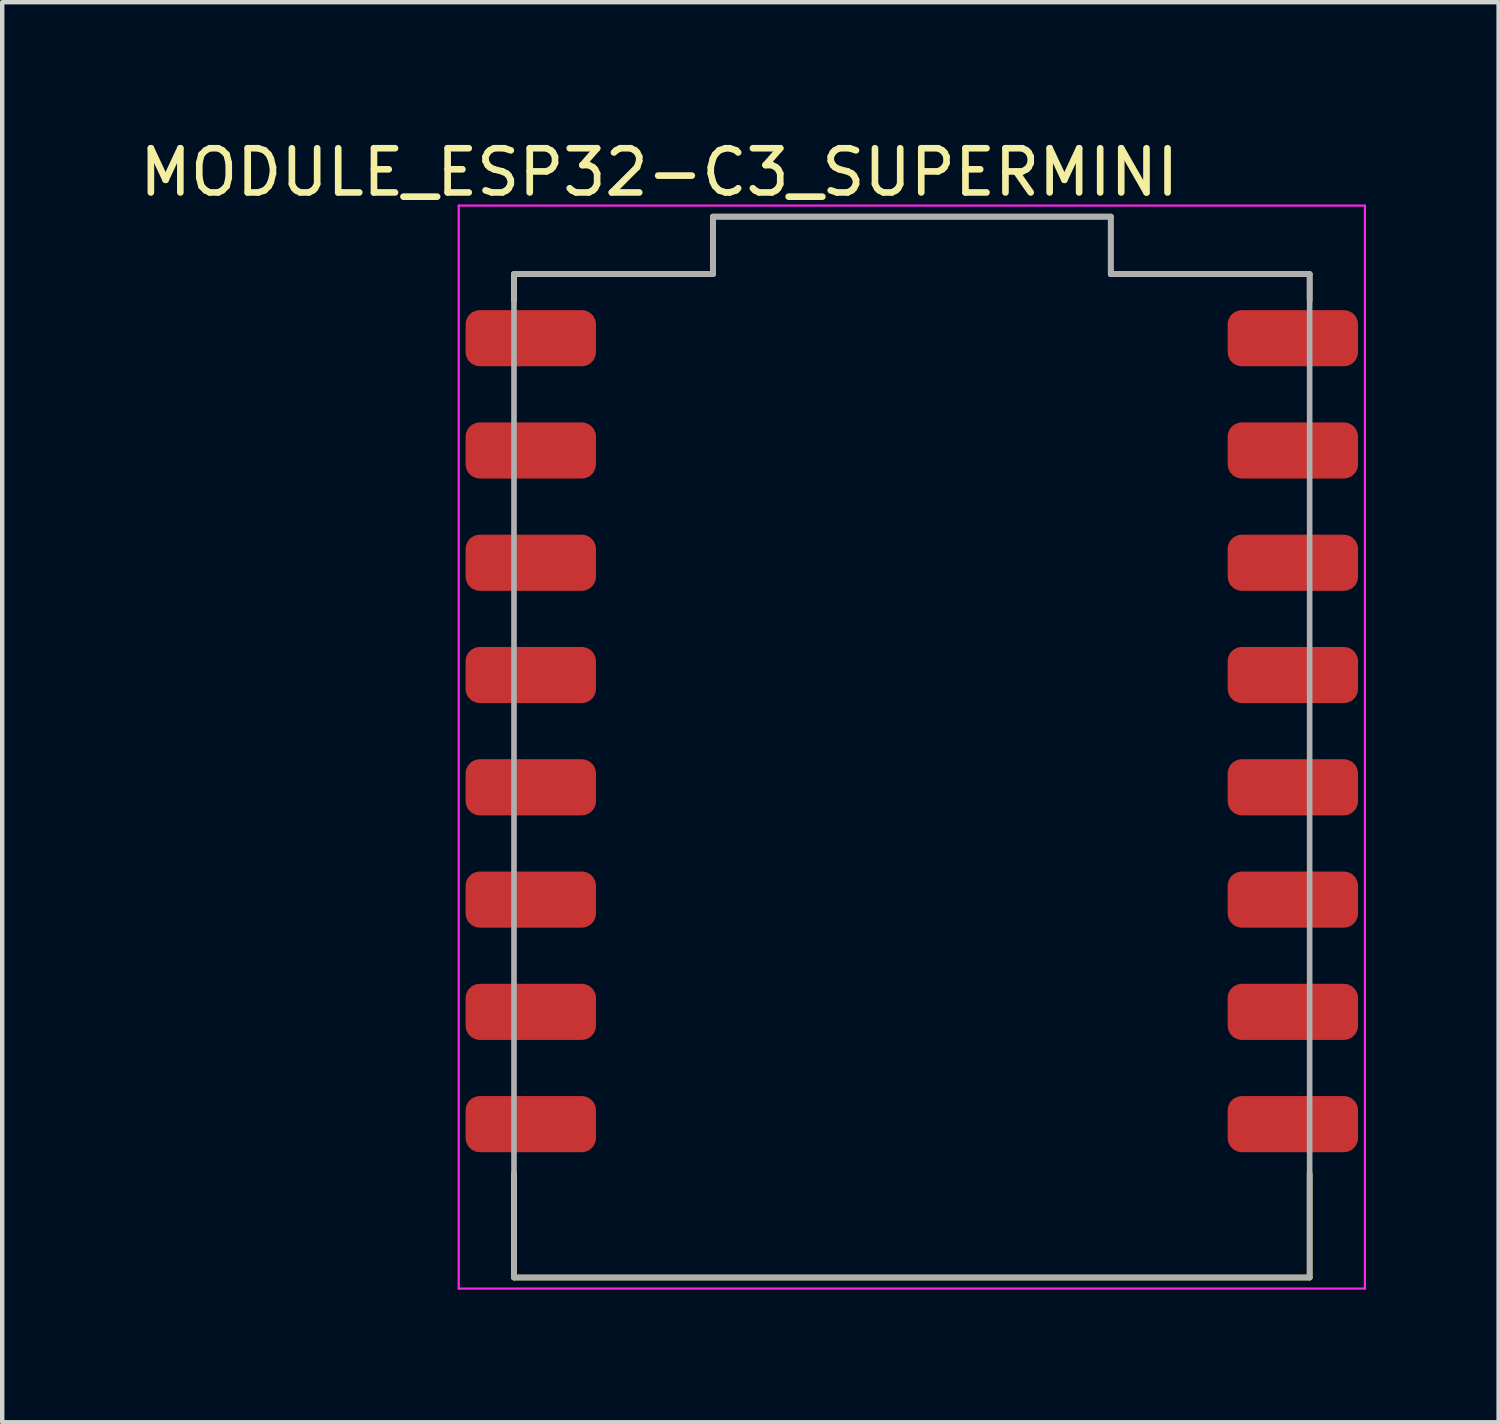
<source format=kicad_pcb>
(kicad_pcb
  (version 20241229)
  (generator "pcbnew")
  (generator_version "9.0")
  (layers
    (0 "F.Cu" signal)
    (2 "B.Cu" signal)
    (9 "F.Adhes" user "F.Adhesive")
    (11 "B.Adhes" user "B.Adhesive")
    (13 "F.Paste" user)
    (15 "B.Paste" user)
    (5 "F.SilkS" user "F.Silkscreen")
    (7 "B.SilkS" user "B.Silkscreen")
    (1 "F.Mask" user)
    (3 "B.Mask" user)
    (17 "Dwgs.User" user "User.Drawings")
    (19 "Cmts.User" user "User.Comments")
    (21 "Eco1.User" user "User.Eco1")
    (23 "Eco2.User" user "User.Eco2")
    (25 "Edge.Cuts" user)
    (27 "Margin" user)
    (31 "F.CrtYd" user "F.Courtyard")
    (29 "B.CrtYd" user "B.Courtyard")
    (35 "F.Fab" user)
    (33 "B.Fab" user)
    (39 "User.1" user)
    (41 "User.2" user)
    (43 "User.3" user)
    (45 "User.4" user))
  (footprint "MODULE_ESP32-C3_SUPERMINI"
    (layer "F.Cu")
    (at 17.578 14.501)
    (property "Reference" "MODULE_ESP32-C3_SUPERMINI" (at -5.715 -13.652 0) (layer "F.SilkS") (effects (font (size 1 1) (thickness 0.15))))
    (attr through_hole)
    (fp_line (start -9 -10.75) (end -9 -11.35) (stroke (width 0.127) (type solid)) (layer "F.SilkS"))
    (fp_line (start -9 11.35) (end -9 9) (stroke (width 0.127) (type solid)) (layer "F.SilkS"))
    (fp_line (start -4.5 -12.65) (end -4.5 -11.35) (stroke (width 0.127) (type solid)) (layer "F.SilkS"))
    (fp_line (start -4.5 -11.35) (end -9 -11.35) (stroke (width 0.127) (type solid)) (layer "F.SilkS"))
    (fp_line (start 4.5 -12.65) (end -4.5 -12.65) (stroke (width 0.127) (type solid)) (layer "F.SilkS"))
    (fp_line (start 4.5 -12.65) (end 4.5 -11.35) (stroke (width 0.127) (type solid)) (layer "F.SilkS"))
    (fp_line (start 9 -11.35) (end 4.5 -11.35) (stroke (width 0.127) (type solid)) (layer "F.SilkS"))
    (fp_line (start 9 -10.75) (end 9 -11.35) (stroke (width 0.127) (type solid)) (layer "F.SilkS"))
    (fp_line (start 9 11.35) (end -9 11.35) (stroke (width 0.127) (type solid)) (layer "F.SilkS"))
    (fp_line (start 9 11.35) (end 9 9) (stroke (width 0.127) (type solid)) (layer "F.SilkS"))
    (fp_line (start -10.25 -12.9) (end 10.25 -12.9) (stroke (width 0.05) (type solid)) (layer "F.CrtYd"))
    (fp_line (start -10.25 11.6) (end -10.25 -12.9) (stroke (width 0.05) (type solid)) (layer "F.CrtYd"))
    (fp_line (start 10.25 -12.9) (end 10.25 11.6) (stroke (width 0.05) (type solid)) (layer "F.CrtYd"))
    (fp_line (start 10.25 11.6) (end -10.25 11.6) (stroke (width 0.05) (type solid)) (layer "F.CrtYd"))
    (fp_line (start -9 11.35) (end -9 -11.35) (stroke (width 0.127) (type solid)) (layer "F.Fab"))
    (fp_line (start -4.5 -12.65) (end -4.5 -11.35) (stroke (width 0.127) (type solid)) (layer "F.Fab"))
    (fp_line (start -4.5 -11.35) (end -9 -11.35) (stroke (width 0.127) (type solid)) (layer "F.Fab"))
    (fp_line (start 4.5 -12.65) (end -4.5 -12.65) (stroke (width 0.127) (type solid)) (layer "F.Fab"))
    (fp_line (start 4.5 -12.65) (end 4.5 -11.35) (stroke (width 0.127) (type solid)) (layer "F.Fab"))
    (fp_line (start 9 -11.35) (end 4.5 -11.35) (stroke (width 0.127) (type solid)) (layer "F.Fab"))
    (fp_line (start 9 11.35) (end -9 11.35) (stroke (width 0.127) (type solid)) (layer "F.Fab"))
    (fp_line (start 9 11.35) (end 9 -11.35) (stroke (width 0.127) (type solid)) (layer "F.Fab"))
    (pad "0" smd roundrect (at 8.62 7.88) (size 2.95 1.27) (layers "F.Cu" "F.Mask" "F.Paste") (roundrect_rratio 0.25))
    (pad "1" smd roundrect (at 8.62 5.34) (size 2.95 1.27) (layers "F.Cu" "F.Mask" "F.Paste") (roundrect_rratio 0.25))
    (pad "2" smd roundrect (at 8.62 2.8) (size 2.95 1.27) (layers "F.Cu" "F.Mask" "F.Paste") (roundrect_rratio 0.25))
    (pad "3" smd roundrect (at 8.62 0.26) (size 2.95 1.27) (layers "F.Cu" "F.Mask" "F.Paste") (roundrect_rratio 0.25))
    (pad "3.3" smd roundrect (at 8.62 -4.82) (size 2.95 1.27) (layers "F.Cu" "F.Mask" "F.Paste") (roundrect_rratio 0.25))
    (pad "4" smd roundrect (at 8.62 -2.28) (size 2.95 1.27) (layers "F.Cu" "F.Mask" "F.Paste") (roundrect_rratio 0.25))
    (pad "5" smd roundrect (at -8.62 -9.9) (size 2.95 1.27) (layers "F.Cu" "F.Mask" "F.Paste") (roundrect_rratio 0.25))
    (pad "5V" smd roundrect (at 8.62 -9.9) (size 2.95 1.27) (layers "F.Cu" "F.Mask" "F.Paste") (roundrect_rratio 0.25))
    (pad "6" smd roundrect (at -8.62 -7.36) (size 2.95 1.27) (layers "F.Cu" "F.Mask" "F.Paste") (roundrect_rratio 0.25))
    (pad "7" smd roundrect (at -8.62 -4.82) (size 2.95 1.27) (layers "F.Cu" "F.Mask" "F.Paste") (roundrect_rratio 0.25))
    (pad "8" smd roundrect (at -8.62 -2.28) (size 2.95 1.27) (layers "F.Cu" "F.Mask" "F.Paste") (roundrect_rratio 0.25))
    (pad "9" smd roundrect (at -8.62 0.26) (size 2.95 1.27) (layers "F.Cu" "F.Mask" "F.Paste") (roundrect_rratio 0.25))
    (pad "10" smd roundrect (at -8.62 2.8) (size 2.95 1.27) (layers "F.Cu" "F.Mask" "F.Paste") (roundrect_rratio 0.25))
    (pad "20" smd roundrect (at -8.62 5.34) (size 2.95 1.27) (layers "F.Cu" "F.Mask" "F.Paste") (roundrect_rratio 0.25))
    (pad "21" smd roundrect (at -8.62 7.88) (size 2.95 1.27) (layers "F.Cu" "F.Mask" "F.Paste") (roundrect_rratio 0.25))
    (pad "G" smd roundrect (at 8.62 -7.36) (size 2.95 1.27) (layers "F.Cu" "F.Mask" "F.Paste") (roundrect_rratio 0.25)))
  (gr_rect
    (start -3 -3)
    (end 30.853 29.126)
    (stroke (width 0.1) (type default))
    (fill no)
    (layer "Edge.Cuts")))
</source>
